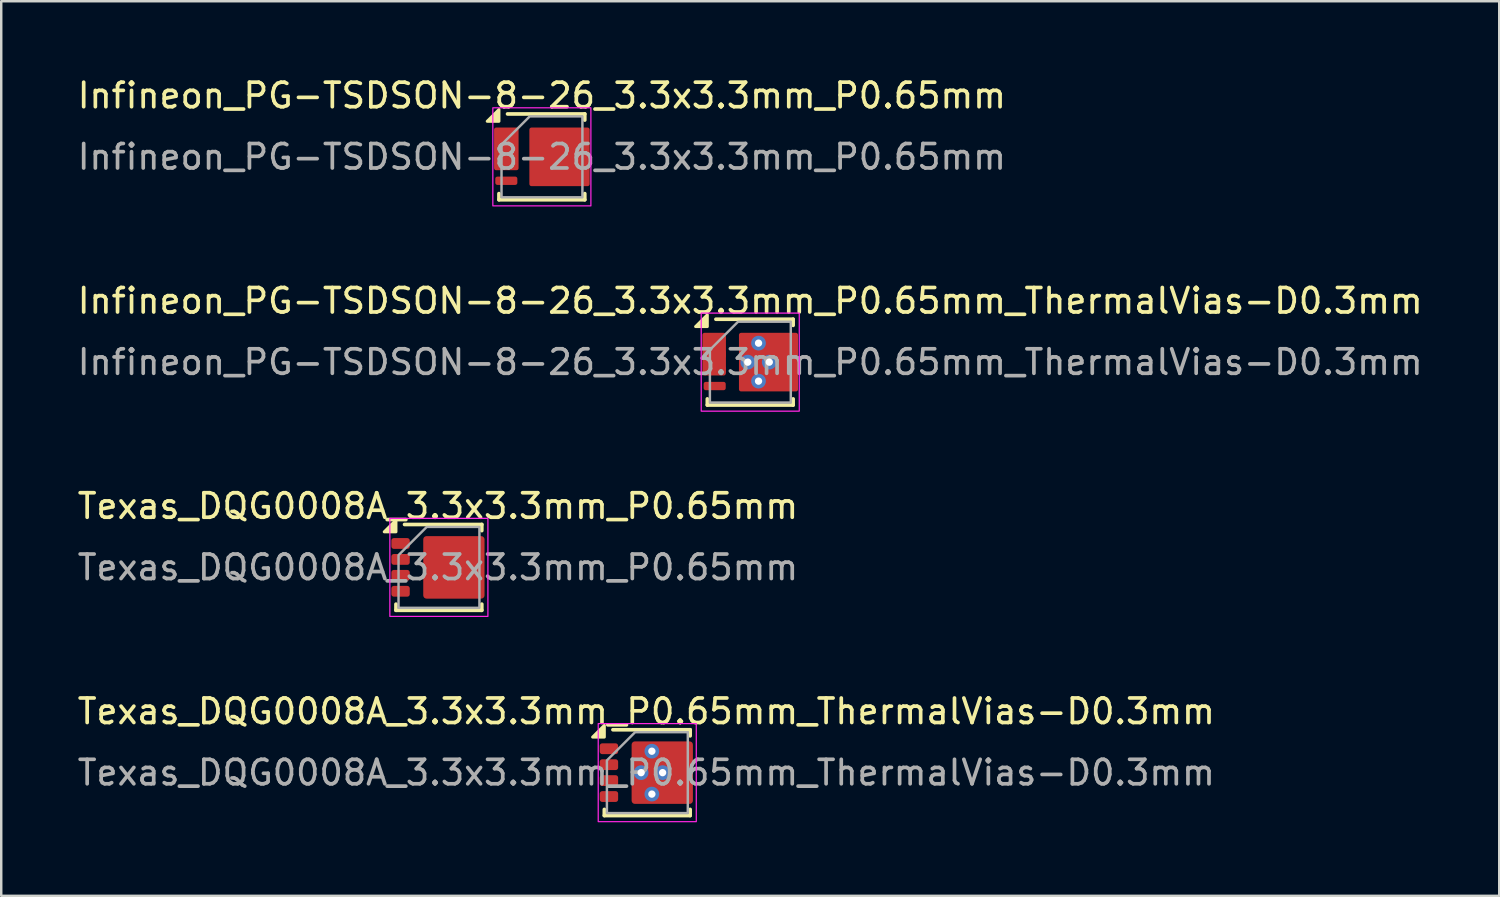
<source format=kicad_pcb>
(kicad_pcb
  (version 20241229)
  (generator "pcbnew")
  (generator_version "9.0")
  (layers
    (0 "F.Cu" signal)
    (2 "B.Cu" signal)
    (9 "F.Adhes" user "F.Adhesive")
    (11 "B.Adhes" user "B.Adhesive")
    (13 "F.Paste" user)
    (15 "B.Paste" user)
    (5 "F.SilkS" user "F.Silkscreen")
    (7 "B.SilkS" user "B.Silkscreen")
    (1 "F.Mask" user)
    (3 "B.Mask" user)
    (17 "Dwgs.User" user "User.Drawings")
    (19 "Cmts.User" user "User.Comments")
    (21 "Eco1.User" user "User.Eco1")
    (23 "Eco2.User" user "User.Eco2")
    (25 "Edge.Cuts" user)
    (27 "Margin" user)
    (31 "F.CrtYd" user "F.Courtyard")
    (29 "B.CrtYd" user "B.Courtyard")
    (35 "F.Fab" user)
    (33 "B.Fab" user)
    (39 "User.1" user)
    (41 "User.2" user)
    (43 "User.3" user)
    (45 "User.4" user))
  (footprint "Texas_DQG0008A_3.3x3.3mm_P0.65mm"
    (layer "F.Cu")
    (at 14.815 20.095)
    (property "Reference" "Texas_DQG0008A_3.3x3.3mm_P0.65mm" (at 0 -2.5 0) (unlocked yes) (layer "F.SilkS") (effects (font (size 1 1) (thickness 0.15))))
    (attr smd)
    (fp_rect (start -0.5 -1.175) (end 1.15 1.175) (stroke (width 0.1) (type solid)) (fill yes) (layer "F.Mask"))
    (fp_line (start -1.712 1.5) (end -1.712 1.75) (stroke (width 0.15) (type solid)) (layer "F.SilkS"))
    (fp_line (start -1.712 1.75) (end 1.788 1.75) (stroke (width 0.15) (type solid)) (layer "F.SilkS"))
    (fp_line (start -1.362 -1.75) (end 1.788 -1.75) (stroke (width 0.15) (type solid)) (layer "F.SilkS"))
    (fp_line (start 1.788 -1.5) (end 1.788 -1.75) (stroke (width 0.15) (type solid)) (layer "F.SilkS"))
    (fp_line (start 1.788 1.75) (end 1.788 1.5) (stroke (width 0.15) (type solid)) (layer "F.SilkS"))
    (fp_poly (pts (xy -1.712 -1.45) (xy -2.192 -1.45) (xy -1.712 -1.93) (xy -1.712 -1.45)) (stroke (width 0.12) (type solid)) (fill yes) (layer "F.SilkS"))
    (fp_rect (start -0.5 -1.175) (end 0.075 -0.15) (stroke (width 0.1) (type solid)) (fill yes) (layer "F.Paste"))
    (fp_rect (start -0.5 0.15) (end 0.075 1.175) (stroke (width 0.1) (type solid)) (fill yes) (layer "F.Paste"))
    (fp_rect (start 0.375 -1.175) (end 0.952 -0.15) (stroke (width 0.1) (type solid)) (fill yes) (layer "F.Paste"))
    (fp_rect (start 0.375 0.15) (end 0.952 1.175) (stroke (width 0.1) (type solid)) (fill yes) (layer "F.Paste"))
    (fp_rect (start 1.25 -1.095) (end 1.8 -0.855) (stroke (width 0.1) (type solid)) (fill yes) (layer "F.Paste"))
    (fp_rect (start 1.25 -0.445) (end 1.8 -0.205) (stroke (width 0.1) (type solid)) (fill yes) (layer "F.Paste"))
    (fp_rect (start 1.25 0.205) (end 1.8 0.445) (stroke (width 0.1) (type solid)) (fill yes) (layer "F.Paste"))
    (fp_rect (start 1.25 0.855) (end 1.8 1.095) (stroke (width 0.1) (type solid)) (fill yes) (layer "F.Paste"))
    (fp_rect (start -1.962 -2) (end 2.038 2) (stroke (width 0.05) (type solid)) (fill no) (layer "F.CrtYd"))
    (fp_poly (pts (xy -1.608 -0.5) (xy -1.608 1.65) (xy 1.692 1.65) (xy 1.692 -1.65) (xy -0.458 -1.65)) (stroke (width 0.1) (type solid)) (fill no) (layer "F.Fab"))
    (fp_text user "${REFERENCE}" (at 0 0 0) (unlocked yes) (layer "F.Fab") (effects (font (size 1 1) (thickness 0.15))))
    (pad "1" smd roundrect (at -1.525 -0.975) (size 0.75 0.44) (layers "F.Cu" "F.Mask" "F.Paste") (roundrect_rratio 0.227))
    (pad "2" smd roundrect (at -1.525 -0.325) (size 0.75 0.44) (layers "F.Cu" "F.Mask" "F.Paste") (roundrect_rratio 0.227))
    (pad "3" smd roundrect (at -1.525 0.325) (size 0.75 0.44) (layers "F.Cu" "F.Mask" "F.Paste") (roundrect_rratio 0.227))
    (pad "4" smd roundrect (at -1.525 0.975) (size 0.75 0.44) (layers "F.Cu" "F.Mask" "F.Paste") (roundrect_rratio 0.227))
    (pad "5" smd roundrect (at 0.65 0) (size 2.5 2.55) (layers "F.Cu") (roundrect_rratio 0.054))
    (pad "5" smd roundrect (at 1.45 -0.975) (size 0.8 0.34) (layers "F.Cu" "F.Mask") (roundrect_rratio 0.25))
    (pad "5" smd roundrect (at 1.45 -0.325) (size 0.8 0.34) (layers "F.Cu" "F.Mask") (roundrect_rratio 0.25))
    (pad "5" smd roundrect (at 1.45 0.325) (size 0.8 0.34) (layers "F.Cu" "F.Mask") (roundrect_rratio 0.25))
    (pad "5" smd roundrect (at 1.45 0.975) (size 0.8 0.34) (layers "F.Cu" "F.Mask") (roundrect_rratio 0.25)))
  (footprint "Infineon_PG-TSDSON-8-26_3.3x3.3mm_P0.65mm_ThermalVias-D0.3mm"
    (layer "F.Cu")
    (at 27.554 11.722)
    (property "Reference" "Infineon_PG-TSDSON-8-26_3.3x3.3mm_P0.65mm_ThermalVias-D0.3mm" (at 0 -2.5 0) (unlocked yes) (layer "F.SilkS") (effects (font (size 1 1) (thickness 0.15))))
    (attr smd)
    (fp_rect (start -0.375 -1.06) (end 1.165 1.06) (stroke (width 0.17) (type solid)) (fill yes) (layer "F.Mask"))
    (fp_line (start -1.75 1.5) (end -1.75 1.75) (stroke (width 0.15) (type solid)) (layer "F.SilkS"))
    (fp_line (start -1.75 1.75) (end 1.75 1.75) (stroke (width 0.15) (type solid)) (layer "F.SilkS"))
    (fp_line (start -1.4 -1.75) (end 1.75 -1.75) (stroke (width 0.15) (type solid)) (layer "F.SilkS"))
    (fp_line (start 1.75 -1.5) (end 1.75 -1.75) (stroke (width 0.15) (type solid)) (layer "F.SilkS"))
    (fp_line (start 1.75 1.75) (end 1.75 1.5) (stroke (width 0.15) (type solid)) (layer "F.SilkS"))
    (fp_poly (pts (xy -1.75 -1.45) (xy -2.23 -1.45) (xy -1.75 -1.93) (xy -1.75 -1.45)) (stroke (width 0.12) (type solid)) (fill yes) (layer "F.SilkS"))
    (fp_rect (start -1.725 -1.02) (end -1.575 -0.93) (stroke (width 0.15) (type solid)) (fill yes) (layer "F.Paste"))
    (fp_rect (start -1.725 -0.37) (end -1.575 -0.28) (stroke (width 0.15) (type solid)) (fill yes) (layer "F.Paste"))
    (fp_rect (start -1.725 0.28) (end -1.575 0.37) (stroke (width 0.15) (type solid)) (fill yes) (layer "F.Paste"))
    (fp_rect (start -1.725 0.93) (end -1.175 1.02) (stroke (width 0.15) (type solid)) (fill yes) (layer "F.Paste"))
    (fp_rect (start -1.325 -1.019) (end -1.125 -0.501) (stroke (width 0.15) (type solid)) (fill yes) (layer "F.Paste"))
    (fp_rect (start -1.325 -0.149) (end -1.125 0.369) (stroke (width 0.15) (type solid)) (fill yes) (layer "F.Paste"))
    (fp_rect (start -0.388 -1.075) (end 0.137 -0.2) (stroke (width 0.1) (type solid)) (fill yes) (layer "F.Paste"))
    (fp_rect (start -0.388 0.2) (end 0.137 1.075) (stroke (width 0.1) (type solid)) (fill yes) (layer "F.Paste"))
    (fp_rect (start 0.537 -1.075) (end 1.064 -0.2) (stroke (width 0.1) (type solid)) (fill yes) (layer "F.Paste"))
    (fp_rect (start 0.537 0.2) (end 1.064 1.075) (stroke (width 0.1) (type solid)) (fill yes) (layer "F.Paste"))
    (fp_rect (start 1.375 -1.02) (end 1.775 -0.93) (stroke (width 0.15) (type solid)) (fill yes) (layer "F.Paste"))
    (fp_rect (start 1.375 -0.37) (end 1.775 -0.28) (stroke (width 0.15) (type solid)) (fill yes) (layer "F.Paste"))
    (fp_rect (start 1.375 0.28) (end 1.775 0.37) (stroke (width 0.15) (type solid)) (fill yes) (layer "F.Paste"))
    (fp_rect (start 1.375 0.93) (end 1.775 1.02) (stroke (width 0.15) (type solid)) (fill yes) (layer "F.Paste"))
    (fp_rect (start -2 -2) (end 2 2) (stroke (width 0.05) (type solid)) (fill no) (layer "F.CrtYd"))
    (fp_poly (pts (xy -1.646 -0.5) (xy -1.646 1.65) (xy 1.654 1.65) (xy 1.654 -1.65) (xy -0.496 -1.65)) (stroke (width 0.1) (type solid)) (fill no) (layer "F.Fab"))
    (fp_text user "${REFERENCE}" (at 0 0 0) (unlocked yes) (layer "F.Fab") (effects (font (size 1 1) (thickness 0.15))))
    (pad "1" smd roundrect (at -1.475 -0.325) (size 0.95 1.74) (layers "F.Cu") (roundrect_rratio 0.085))
    (pad "1" smd roundrect (at -1.45 -0.325) (size 0.9 0.34) (layers "F.Cu" "F.Mask") (roundrect_rratio 0.25))
    (pad "1" smd roundrect (at -1.45 0.325) (size 0.9 0.34) (layers "F.Cu" "F.Mask") (roundrect_rratio 0.25))
    (pad "1" smd roundrect (at -1.225 -0.325) (size 0.45 1.64) (layers "F.Cu" "F.Mask") (roundrect_rratio 0.189))
    (pad "1" smd roundrect (at -1 -1.145) (size 0.9 0.34) (drill (offset -0.45 0.17)) (layers "F.Cu" "F.Mask") (roundrect_rratio 0.25))
    (pad "2" smd roundrect (at -1.45 0.975) (size 0.9 0.34) (layers "F.Cu" "F.Mask") (roundrect_rratio 0.25))
    (pad "3" thru_hole circle (at -0.1 0) (size 0.6 0.6) (drill 0.3) (property pad_prop_heatsink) (layers "*.Cu"))
    (pad "3" thru_hole circle (at 0.338 -0.775 90) (size 0.6 0.6) (drill 0.3) (property pad_prop_heatsink) (layers "*.Cu"))
    (pad "3" thru_hole circle (at 0.338 0.775) (size 0.6 0.6) (drill 0.3) (property pad_prop_heatsink) (layers "*.Cu"))
    (pad "3" smd roundrect (at 0.745 0) (size 2.41 2.39) (layers "F.Cu") (roundrect_rratio 0.036))
    (pad "3" thru_hole circle (at 0.776 0) (size 0.6 0.6) (drill 0.3) (property pad_prop_heatsink) (layers "*.Cu"))
    (pad "3" smd roundrect (at 1.488 -0.975) (size 0.825 0.34) (layers "F.Cu" "F.Mask") (roundrect_rratio 0.25))
    (pad "3" smd roundrect (at 1.488 -0.325 180) (size 0.825 0.34) (layers "F.Cu" "F.Mask") (roundrect_rratio 0.25))
    (pad "3" smd roundrect (at 1.488 0.325) (size 0.825 0.34) (layers "F.Cu" "F.Mask") (roundrect_rratio 0.25))
    (pad "3" smd roundrect (at 1.488 0.975) (size 0.825 0.34) (layers "F.Cu" "F.Mask") (roundrect_rratio 0.25)))
  (footprint "Infineon_PG-TSDSON-8-26_3.3x3.3mm_P0.65mm"
    (layer "F.Cu")
    (at 19.054 3.348)
    (property "Reference" "Infineon_PG-TSDSON-8-26_3.3x3.3mm_P0.65mm" (at 0 -2.5 0) (unlocked yes) (layer "F.SilkS") (effects (font (size 1 1) (thickness 0.15))))
    (fp_rect (start -0.375 -1.06) (end 1.165 1.06) (stroke (width 0.17) (type solid)) (fill yes) (layer "F.Mask"))
    (fp_line (start -1.75 1.5) (end -1.75 1.75) (stroke (width 0.15) (type solid)) (layer "F.SilkS"))
    (fp_line (start -1.75 1.75) (end 1.75 1.75) (stroke (width 0.15) (type solid)) (layer "F.SilkS"))
    (fp_line (start -1.4 -1.75) (end 1.75 -1.75) (stroke (width 0.15) (type solid)) (layer "F.SilkS"))
    (fp_line (start 1.75 -1.5) (end 1.75 -1.75) (stroke (width 0.15) (type solid)) (layer "F.SilkS"))
    (fp_line (start 1.75 1.75) (end 1.75 1.5) (stroke (width 0.15) (type solid)) (layer "F.SilkS"))
    (fp_poly (pts (xy -1.75 -1.45) (xy -2.23 -1.45) (xy -1.75 -1.93) (xy -1.75 -1.45)) (stroke (width 0.12) (type solid)) (fill yes) (layer "F.SilkS"))
    (fp_rect (start -1.725 -1.02) (end -1.575 -0.93) (stroke (width 0.15) (type solid)) (fill yes) (layer "F.Paste"))
    (fp_rect (start -1.725 -0.37) (end -1.575 -0.28) (stroke (width 0.15) (type solid)) (fill yes) (layer "F.Paste"))
    (fp_rect (start -1.725 0.28) (end -1.575 0.37) (stroke (width 0.15) (type solid)) (fill yes) (layer "F.Paste"))
    (fp_rect (start -1.725 0.93) (end -1.175 1.02) (stroke (width 0.15) (type solid)) (fill yes) (layer "F.Paste"))
    (fp_rect (start -1.325 -1.019) (end -1.125 -0.501) (stroke (width 0.15) (type solid)) (fill yes) (layer "F.Paste"))
    (fp_rect (start -1.325 -0.149) (end -1.125 0.369) (stroke (width 0.15) (type solid)) (fill yes) (layer "F.Paste"))
    (fp_rect (start -0.388 -1.075) (end 0.187 -0.15) (stroke (width 0.1) (type solid)) (fill yes) (layer "F.Paste"))
    (fp_rect (start -0.388 0.15) (end 0.187 1.075) (stroke (width 0.1) (type solid)) (fill yes) (layer "F.Paste"))
    (fp_rect (start 0.512 -1.075) (end 1.089 -0.15) (stroke (width 0.1) (type solid)) (fill yes) (layer "F.Paste"))
    (fp_rect (start 0.512 0.15) (end 1.089 1.075) (stroke (width 0.1) (type solid)) (fill yes) (layer "F.Paste"))
    (fp_rect (start 1.375 -1.02) (end 1.775 -0.93) (stroke (width 0.15) (type solid)) (fill yes) (layer "F.Paste"))
    (fp_rect (start 1.375 -0.37) (end 1.775 -0.28) (stroke (width 0.15) (type solid)) (fill yes) (layer "F.Paste"))
    (fp_rect (start 1.375 0.28) (end 1.775 0.37) (stroke (width 0.15) (type solid)) (fill yes) (layer "F.Paste"))
    (fp_rect (start 1.375 0.93) (end 1.775 1.02) (stroke (width 0.15) (type solid)) (fill yes) (layer "F.Paste"))
    (fp_rect (start -2 -2) (end 2 2) (stroke (width 0.05) (type solid)) (fill no) (layer "F.CrtYd"))
    (fp_poly (pts (xy -1.646 -0.5) (xy -1.646 1.65) (xy 1.654 1.65) (xy 1.654 -1.65) (xy -0.496 -1.65)) (stroke (width 0.1) (type solid)) (fill no) (layer "F.Fab"))
    (fp_text user "${REFERENCE}" (at 0 0 0) (unlocked yes) (layer "F.Fab") (effects (font (size 1 1) (thickness 0.15))))
    (pad "1" smd roundrect (at -1.45 -0.325) (size 0.9 0.34) (layers "F.Cu" "F.Mask") (roundrect_rratio 0.25))
    (pad "1" smd roundrect (at -1.45 -0.325) (size 1 1.74) (layers "F.Cu") (roundrect_rratio 0.085))
    (pad "1" smd roundrect (at -1.45 0.325) (size 0.9 0.34) (layers "F.Cu" "F.Mask") (roundrect_rratio 0.25))
    (pad "1" smd roundrect (at -1.225 -0.325) (size 0.45 1.64) (layers "F.Cu" "F.Mask") (roundrect_rratio 0.189))
    (pad "1" smd roundrect (at -1 -1.145) (size 0.9 0.34) (drill (offset -0.45 0.17)) (layers "F.Cu" "F.Mask") (roundrect_rratio 0.25))
    (pad "2" smd roundrect (at -1.45 0.975) (size 0.9 0.34) (layers "F.Cu" "F.Mask") (roundrect_rratio 0.25))
    (pad "3" smd roundrect (at 0.72 0) (size 2.46 2.39) (layers "F.Cu") (roundrect_rratio 0.036))
    (pad "3" smd roundrect (at 1.488 -0.975) (size 0.825 0.34) (layers "F.Cu" "F.Mask") (roundrect_rratio 0.25))
    (pad "3" smd roundrect (at 1.488 -0.325 180) (size 0.825 0.34) (layers "F.Cu" "F.Mask") (roundrect_rratio 0.25))
    (pad "3" smd roundrect (at 1.488 0.325) (size 0.825 0.34) (layers "F.Cu" "F.Mask") (roundrect_rratio 0.25))
    (pad "3" smd roundrect (at 1.488 0.975) (size 0.825 0.34) (layers "F.Cu" "F.Mask") (roundrect_rratio 0.25)))
  (footprint "Texas_DQG0008A_3.3x3.3mm_P0.65mm_ThermalVias-D0.3mm"
    (layer "F.Cu")
    (at 23.315 28.468)
    (property "Reference" "Texas_DQG0008A_3.3x3.3mm_P0.65mm_ThermalVias-D0.3mm" (at 0 -2.5 0) (unlocked yes) (layer "F.SilkS") (effects (font (size 1 1) (thickness 0.15))))
    (attr smd)
    (fp_rect (start -0.5 -1.175) (end 1.15 1.175) (stroke (width 0.1) (type solid)) (fill yes) (layer "F.Mask"))
    (fp_line (start -1.712 1.5) (end -1.712 1.75) (stroke (width 0.15) (type solid)) (layer "F.SilkS"))
    (fp_line (start -1.712 1.75) (end 1.788 1.75) (stroke (width 0.15) (type solid)) (layer "F.SilkS"))
    (fp_line (start -1.362 -1.75) (end 1.788 -1.75) (stroke (width 0.15) (type solid)) (layer "F.SilkS"))
    (fp_line (start 1.788 -1.5) (end 1.788 -1.75) (stroke (width 0.15) (type solid)) (layer "F.SilkS"))
    (fp_line (start 1.788 1.75) (end 1.788 1.5) (stroke (width 0.15) (type solid)) (layer "F.SilkS"))
    (fp_poly (pts (xy -1.712 -1.45) (xy -2.192 -1.45) (xy -1.712 -1.93) (xy -1.712 -1.45)) (stroke (width 0.12) (type solid)) (fill yes) (layer "F.SilkS"))
    (fp_rect (start -0.5 -1.175) (end 0.025 -0.2) (stroke (width 0.1) (type solid)) (fill yes) (layer "F.Paste"))
    (fp_rect (start -0.5 0.2) (end 0.025 1.175) (stroke (width 0.1) (type solid)) (fill yes) (layer "F.Paste"))
    (fp_rect (start 0.425 -1.175) (end 0.952 -0.2) (stroke (width 0.1) (type solid)) (fill yes) (layer "F.Paste"))
    (fp_rect (start 0.425 0.2) (end 0.952 1.175) (stroke (width 0.1) (type solid)) (fill yes) (layer "F.Paste"))
    (fp_rect (start 1.285 -1.06) (end 1.765 -0.89) (stroke (width 0.17) (type solid)) (fill yes) (layer "F.Paste"))
    (fp_rect (start 1.285 -0.41) (end 1.765 -0.24) (stroke (width 0.17) (type solid)) (fill yes) (layer "F.Paste"))
    (fp_rect (start 1.285 0.24) (end 1.765 0.41) (stroke (width 0.17) (type solid)) (fill yes) (layer "F.Paste"))
    (fp_rect (start 1.285 0.89) (end 1.765 1.06) (stroke (width 0.17) (type solid)) (fill yes) (layer "F.Paste"))
    (fp_rect (start -1.962 -2) (end 2.038 2) (stroke (width 0.05) (type solid)) (fill no) (layer "F.CrtYd"))
    (fp_poly (pts (xy -1.608 -0.5) (xy -1.608 1.65) (xy 1.692 1.65) (xy 1.692 -1.65) (xy -0.458 -1.65)) (stroke (width 0.1) (type solid)) (fill no) (layer "F.Fab"))
    (fp_text user "${REFERENCE}" (at 0 0 0) (unlocked yes) (layer "F.Fab") (effects (font (size 1 1) (thickness 0.15))))
    (pad "1" smd roundrect (at -1.525 -0.975) (size 0.75 0.44) (layers "F.Cu" "F.Mask" "F.Paste") (roundrect_rratio 0.227))
    (pad "2" smd roundrect (at -1.525 -0.325) (size 0.75 0.44) (layers "F.Cu" "F.Mask" "F.Paste") (roundrect_rratio 0.227))
    (pad "3" smd roundrect (at -1.525 0.325) (size 0.75 0.44) (layers "F.Cu" "F.Mask" "F.Paste") (roundrect_rratio 0.227))
    (pad "4" smd roundrect (at -1.525 0.975) (size 0.75 0.44) (layers "F.Cu" "F.Mask" "F.Paste") (roundrect_rratio 0.227))
    (pad "5" thru_hole circle (at -0.212 0) (size 0.6 0.6) (drill 0.3) (property pad_prop_heatsink) (layers "*.Cu"))
    (pad "5" thru_hole circle (at 0.226 -0.875 90) (size 0.6 0.6) (drill 0.3) (property pad_prop_heatsink) (layers "*.Cu"))
    (pad "5" thru_hole circle (at 0.226 0.875) (size 0.6 0.6) (drill 0.3) (property pad_prop_heatsink) (layers "*.Cu"))
    (pad "5" smd roundrect (at 0.65 0) (size 2.5 2.55) (layers "F.Cu") (roundrect_rratio 0.054))
    (pad "5" thru_hole circle (at 0.664 0) (size 0.6 0.6) (drill 0.3) (property pad_prop_heatsink) (layers "*.Cu"))
    (pad "5" smd roundrect (at 1.45 -0.975) (size 0.8 0.34) (layers "F.Cu" "F.Mask") (roundrect_rratio 0.25))
    (pad "5" smd roundrect (at 1.45 -0.325) (size 0.8 0.34) (layers "F.Cu" "F.Mask") (roundrect_rratio 0.25))
    (pad "5" smd roundrect (at 1.45 0.325) (size 0.8 0.34) (layers "F.Cu" "F.Mask") (roundrect_rratio 0.25))
    (pad "5" smd roundrect (at 1.45 0.975) (size 0.8 0.34) (layers "F.Cu" "F.Mask") (roundrect_rratio 0.25)))
  (gr_rect
    (start -3 -3)
    (end 58.107 33.493)
    (stroke (width 0.1) (type default))
    (fill no)
    (layer "Edge.Cuts")))
</source>
